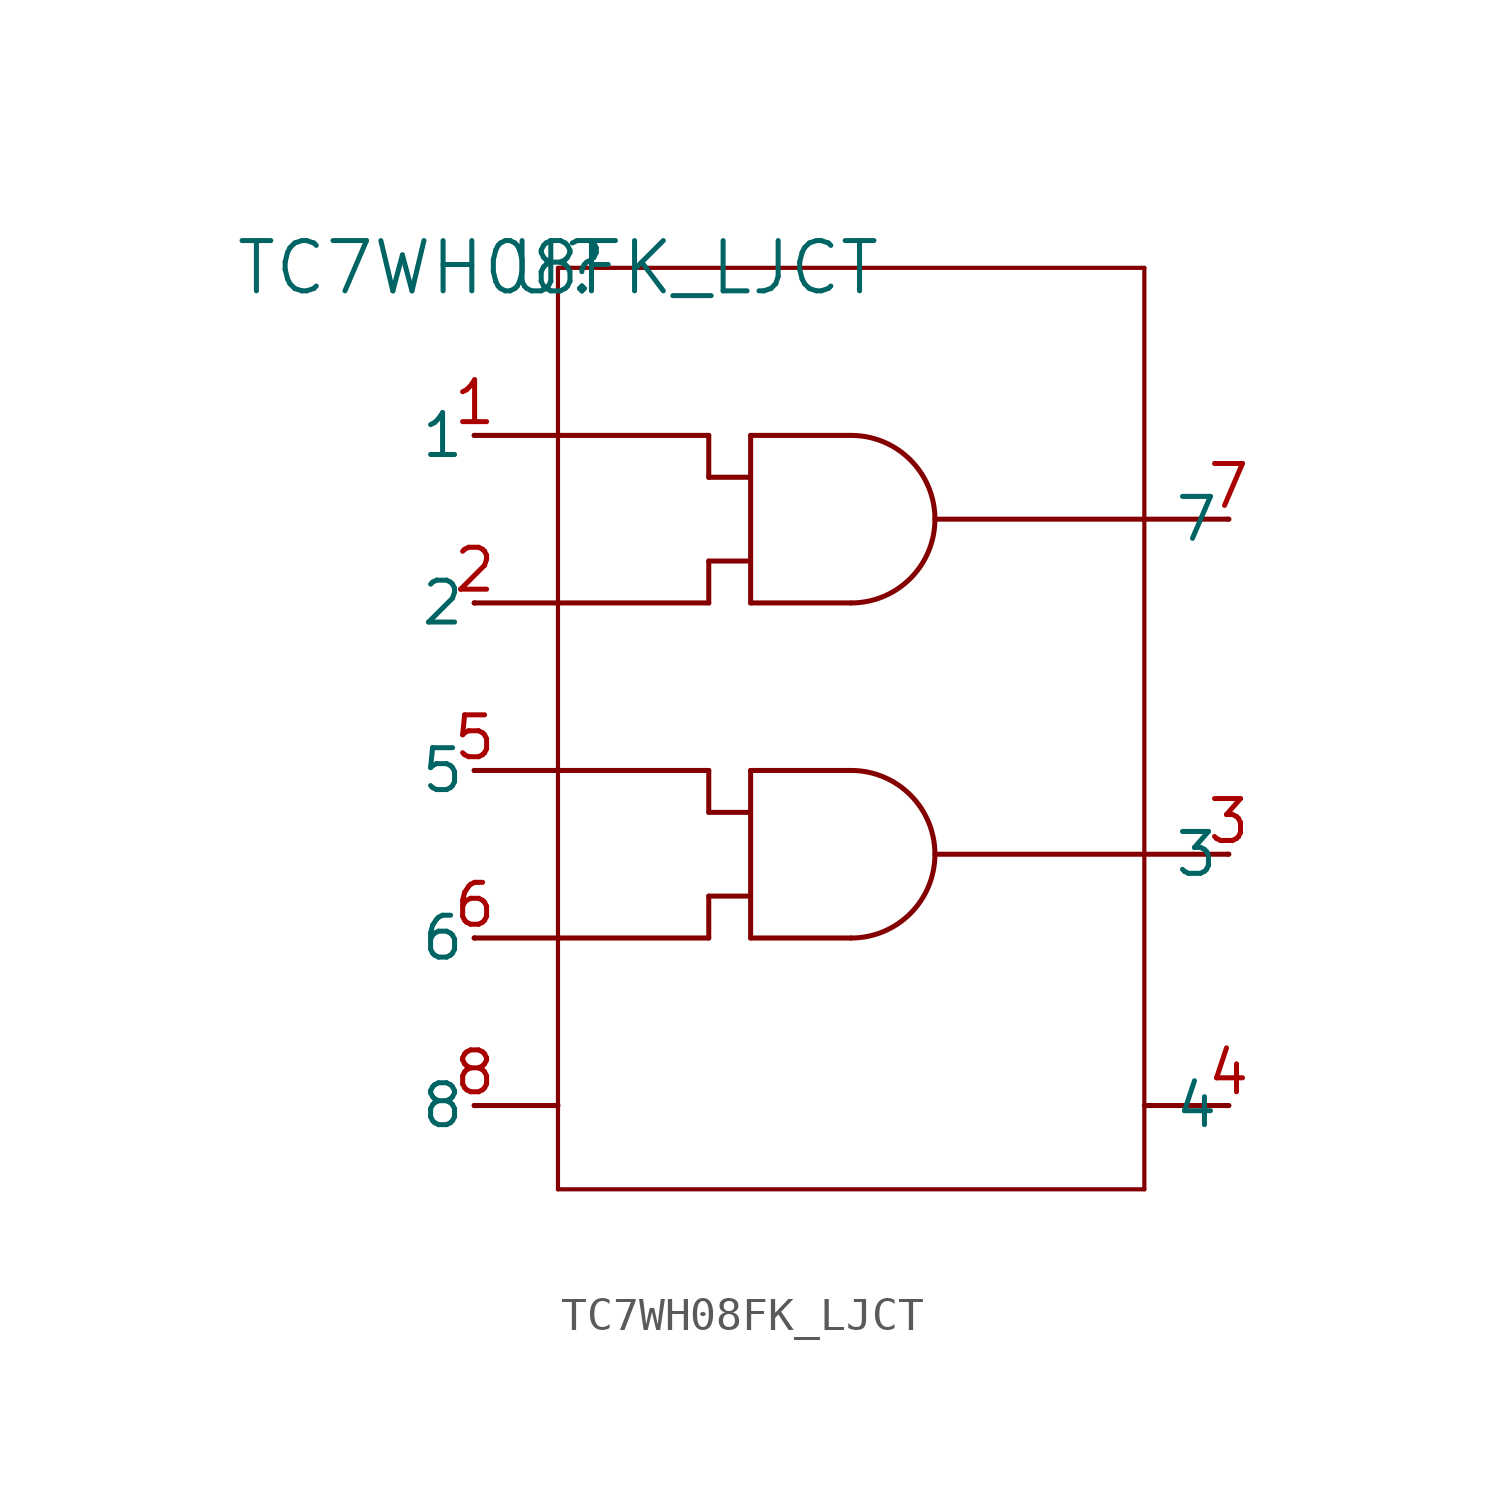
<source format=kicad_sym>
(kicad_symbol_lib
  (version 20211014)
  (generator kicad_symbol_editor)
  (symbol "TC7WH08FK_LJCT"
    (pin_names
      (offset 0.254))
    (property "Reference" "U"
      (at 0 0 0)
      (effects (font (size 1.524 1.524))))
    (property "Value" "TC7WH08FK_LJCT"
      (at 0 0 0)
      (effects (font (size 1.524 1.524))))
    (symbol "TC7WH08FK_LJCT_0_1"
      (arc (start 8.89 -20.32) (mid 11.43 -17.78) (end 8.89 -15.24) (stroke (width 0) (type default) (color 0 0 0 0)) (fill (type none)))
      (polyline (pts (xy -2.54 -5.08) (xy 0 -5.08)) (stroke (width 0) (type default) (color 0 0 0 0)) (fill (type none)))
      (polyline (pts (xy -2.54 -10.16) (xy 0 -10.16)) (stroke (width 0) (type default) (color 0 0 0 0)) (fill (type none)))
      (polyline (pts (xy -2.54 -15.24) (xy 0 -15.24)) (stroke (width 0) (type default) (color 0 0 0 0)) (fill (type none)))
      (polyline (pts (xy 20.32 -25.4) (xy 17.78 -25.4)) (stroke (width 0) (type default) (color 0 0 0 0)) (fill (type none)))
      (polyline (pts (xy 20.32 -17.78) (xy 17.78 -17.78)) (stroke (width 0) (type default) (color 0 0 0 0)) (fill (type none)))
      (polyline (pts (xy -2.54 -20.32) (xy 0 -20.32)) (stroke (width 0) (type default) (color 0 0 0 0)) (fill (type none)))
      (polyline (pts (xy 20.32 -7.62) (xy 17.78 -7.62)) (stroke (width 0) (type default) (color 0 0 0 0)) (fill (type none)))
      (polyline (pts (xy -2.54 -25.4) (xy 0 -25.4)) (stroke (width 0) (type default) (color 0 0 0 0)) (fill (type none)))
      (polyline (pts (xy 0 -27.94) (xy 0 0)) (stroke (width 0.127) (type default) (color 0 0 0 0)) (fill (type none)))
      (polyline (pts (xy 0 0) (xy 17.78 0)) (stroke (width 0.127) (type default) (color 0 0 0 0)) (fill (type none)))
      (polyline (pts (xy 17.78 0) (xy 17.78 -27.94)) (stroke (width 0.127) (type default) (color 0 0 0 0)) (fill (type none)))
      (polyline (pts (xy 17.78 -27.94) (xy 0 -27.94)) (stroke (width 0.127) (type default) (color 0 0 0 0)) (fill (type none)))
      (polyline (pts (xy 11.43 -7.62) (xy 17.78 -7.62)) (stroke (width 0) (type default) (color 0 0 0 0)) (fill (type none)))
      (polyline (pts (xy 0 -5.08) (xy 4.572 -5.08)) (stroke (width 0) (type default) (color 0 0 0 0)) (fill (type none)))
      (polyline (pts (xy 4.572 -5.08) (xy 4.572 -6.35)) (stroke (width 0) (type default) (color 0 0 0 0)) (fill (type none)))
      (polyline (pts (xy 0 -10.16) (xy 4.572 -10.16)) (stroke (width 0) (type default) (color 0 0 0 0)) (fill (type none)))
      (polyline (pts (xy 4.572 -8.89) (xy 4.572 -10.16)) (stroke (width 0) (type default) (color 0 0 0 0)) (fill (type none)))
      (polyline (pts (xy 4.572 -6.35) (xy 5.842 -6.35)) (stroke (width 0) (type default) (color 0 0 0 0)) (fill (type none)))
      (polyline (pts (xy 4.572 -8.89) (xy 5.842 -8.89)) (stroke (width 0) (type default) (color 0 0 0 0)) (fill (type none)))
      (polyline (pts (xy 5.842 -5.08) (xy 5.842 -10.16)) (stroke (width 0) (type default) (color 0 0 0 0)) (fill (type none)))
      (polyline (pts (xy 5.842 -5.08) (xy 8.89 -5.08)) (stroke (width 0) (type default) (color 0 0 0 0)) (fill (type none)))
      (polyline (pts (xy 5.842 -10.16) (xy 8.89 -10.16)) (stroke (width 0) (type default) (color 0 0 0 0)) (fill (type none)))
      (polyline (pts (xy 5.842 -20.32) (xy 8.89 -20.32)) (stroke (width 0) (type default) (color 0 0 0 0)) (fill (type none)))
      (polyline (pts (xy 5.842 -15.24) (xy 5.842 -20.32)) (stroke (width 0) (type default) (color 0 0 0 0)) (fill (type none)))
      (polyline (pts (xy 5.842 -15.24) (xy 8.89 -15.24)) (stroke (width 0) (type default) (color 0 0 0 0)) (fill (type none)))
      (polyline (pts (xy 11.43 -17.78) (xy 17.78 -17.78)) (stroke (width 0) (type default) (color 0 0 0 0)) (fill (type none)))
      (polyline (pts (xy 0 -20.32) (xy 4.572 -20.32)) (stroke (width 0) (type default) (color 0 0 0 0)) (fill (type none)))
      (polyline (pts (xy 0 -15.24) (xy 4.572 -15.24)) (stroke (width 0) (type default) (color 0 0 0 0)) (fill (type none)))
      (polyline (pts (xy 4.572 -15.24) (xy 4.572 -16.51)) (stroke (width 0) (type default) (color 0 0 0 0)) (fill (type none)))
      (polyline (pts (xy 4.572 -16.51) (xy 5.842 -16.51)) (stroke (width 0) (type default) (color 0 0 0 0)) (fill (type none)))
      (polyline (pts (xy 4.572 -19.05) (xy 5.842 -19.05)) (stroke (width 0) (type default) (color 0 0 0 0)) (fill (type none)))
      (polyline (pts (xy 4.572 -19.05) (xy 4.572 -20.32)) (stroke (width 0) (type default) (color 0 0 0 0)) (fill (type none)))
      (arc (start 8.89 -10.16) (mid 11.43 -7.62) (end 8.89 -5.08) (stroke (width 0) (type default) (color 0 0 0 0)) (fill (type none)))
      (pin unspecified line (at -2.515 -5.08 180) (length 0.025) (name "1" (effects (font (size 1.27 1.27)))) (number "1" (effects (font (size 1.27 1.27)))))
      (pin unspecified line (at -2.515 -10.16 180) (length 0.025) (name "2" (effects (font (size 1.27 1.27)))) (number "2" (effects (font (size 1.27 1.27)))))
      (pin unspecified line (at 20.345 -17.78 180) (length 0.025) (name "3" (effects (font (size 1.27 1.27)))) (number "3" (effects (font (size 1.27 1.27)))))
      (pin unspecified line (at 20.345 -25.4 180) (length 0.025) (name "4" (effects (font (size 1.27 1.27)))) (number "4" (effects (font (size 1.27 1.27)))))
      (pin unspecified line (at -2.515 -15.24 180) (length 0.025) (name "5" (effects (font (size 1.27 1.27)))) (number "5" (effects (font (size 1.27 1.27)))))
      (pin unspecified line (at -2.515 -20.32 180) (length 0.025) (name "6" (effects (font (size 1.27 1.27)))) (number "6" (effects (font (size 1.27 1.27)))))
      (pin unspecified line (at 20.345 -7.62 180) (length 0.025) (name "7" (effects (font (size 1.27 1.27)))) (number "7" (effects (font (size 1.27 1.27)))))
      (pin unspecified line (at -2.515 -25.4 180) (length 0.025) (name "8" (effects (font (size 1.27 1.27)))) (number "8" (effects (font (size 1.27 1.27))))))))
</source>
